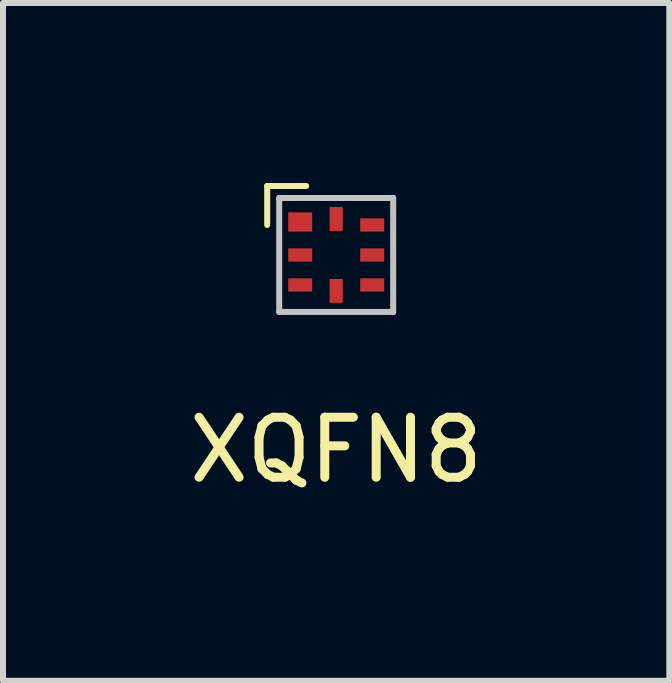
<source format=kicad_pcb>
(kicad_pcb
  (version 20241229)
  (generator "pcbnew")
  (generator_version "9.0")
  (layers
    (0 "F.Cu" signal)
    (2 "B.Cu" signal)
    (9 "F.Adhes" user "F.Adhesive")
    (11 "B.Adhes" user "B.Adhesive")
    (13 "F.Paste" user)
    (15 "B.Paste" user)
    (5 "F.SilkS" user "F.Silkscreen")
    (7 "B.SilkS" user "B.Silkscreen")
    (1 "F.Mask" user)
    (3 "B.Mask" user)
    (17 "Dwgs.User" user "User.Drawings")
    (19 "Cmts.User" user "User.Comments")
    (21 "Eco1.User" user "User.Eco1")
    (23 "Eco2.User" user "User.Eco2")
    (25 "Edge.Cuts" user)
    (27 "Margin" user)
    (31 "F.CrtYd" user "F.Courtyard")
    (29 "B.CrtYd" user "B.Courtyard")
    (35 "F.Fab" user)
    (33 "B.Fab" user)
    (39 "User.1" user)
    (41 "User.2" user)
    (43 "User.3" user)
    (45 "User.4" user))
  (footprint "XQFN8"
    (layer "F.Cu")
    (at 2.554 1.2)
    (property "Reference" "XQFN8" (at 0 3.25 0) (layer "F.SilkS") (effects (font (size 1 1) (thickness 0.15))))
    (attr through_hole)
    (fp_line (start -1.15 -1.15) (end -0.5 -1.15) (stroke (width 0.1) (type solid)) (layer "F.SilkS"))
    (fp_line (start -1.15 -0.5) (end -1.15 -1.15) (stroke (width 0.1) (type solid)) (layer "F.SilkS"))
    (fp_line (start -0.95 -0.95) (end -0.95 0.95) (stroke (width 0.1) (type solid)) (layer "Dwgs.User"))
    (fp_line (start -0.95 -0.95) (end 0.95 -0.95) (stroke (width 0.1) (type solid)) (layer "Dwgs.User"))
    (fp_line (start 0.95 -0.95) (end 0.95 0.95) (stroke (width 0.1) (type solid)) (layer "Dwgs.User"))
    (fp_line (start 0.95 0.95) (end -0.95 0.95) (stroke (width 0.1) (type solid)) (layer "Dwgs.User"))
    (pad "1" smd rect (at -0.6 -0.55) (size 0.4 0.32) (layers "F.Cu" "F.Mask" "F.Paste"))
    (pad "2" smd rect (at -0.6 0) (size 0.4 0.22) (layers "F.Cu" "F.Mask" "F.Paste"))
    (pad "3" smd rect (at -0.6 0.5) (size 0.4 0.22) (layers "F.Cu" "F.Mask" "F.Paste"))
    (pad "4" smd rect (at 0 0.6 90) (size 0.4 0.22) (layers "F.Cu" "F.Mask" "F.Paste"))
    (pad "5" smd rect (at 0.6 0.5) (size 0.4 0.22) (layers "F.Cu" "F.Mask" "F.Paste"))
    (pad "6" smd rect (at 0.6 0) (size 0.4 0.22) (layers "F.Cu" "F.Mask" "F.Paste"))
    (pad "7" smd rect (at 0.6 -0.5) (size 0.4 0.22) (layers "F.Cu" "F.Mask" "F.Paste"))
    (pad "8" smd rect (at 0 -0.6 90) (size 0.4 0.22) (layers "F.Cu" "F.Mask" "F.Paste")))
  (gr_rect
    (start -3 -3)
    (end 8.107 8.298)
    (stroke (width 0.1) (type default))
    (fill no)
    (layer "Edge.Cuts")))
</source>
